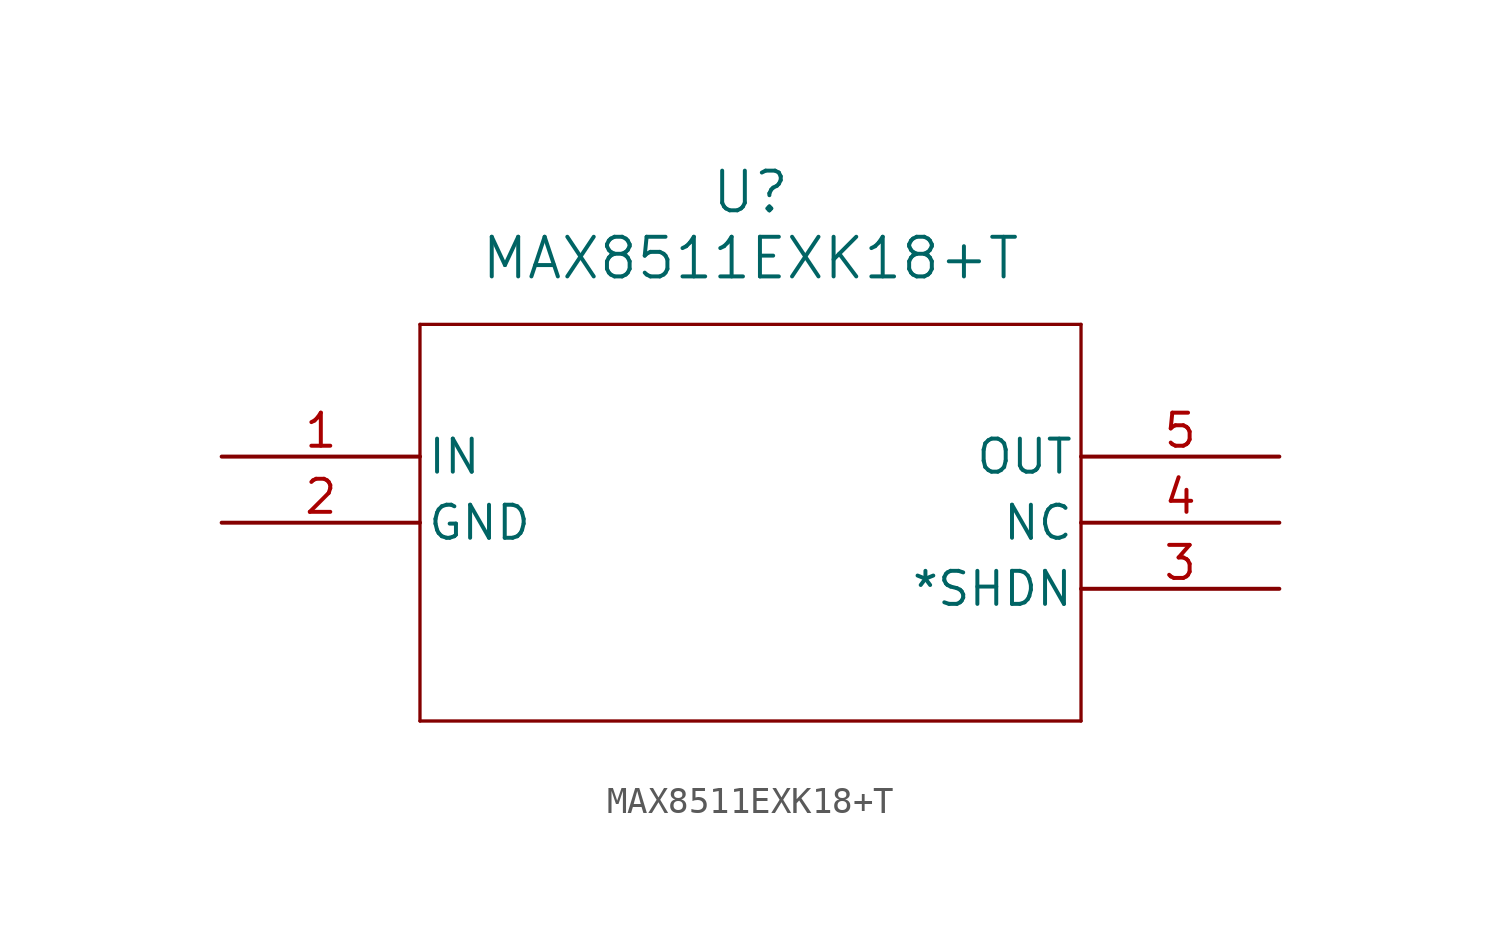
<source format=kicad_sym>
(kicad_symbol_lib
  (version 20211014)
  (generator kicad_symbol_editor)
  (symbol "MAX8511EXK18+T"
    (pin_names
      (offset 0.254))
    (property "Reference" "U"
      (at 20.32 10.16 0)
      (effects (font (size 1.524 1.524))))
    (property "Value" "MAX8511EXK18+T"
      (at 20.32 7.62 0)
      (effects (font (size 1.524 1.524))))
    (symbol "MAX8511EXK18+T_0_1"
      (polyline (pts (xy 7.62 5.08) (xy 7.62 -10.16)) (stroke (width 0.127) (type default) (color 0 0 0 0)) (fill (type none)))
      (polyline (pts (xy 7.62 -10.16) (xy 33.02 -10.16)) (stroke (width 0.127) (type default) (color 0 0 0 0)) (fill (type none)))
      (polyline (pts (xy 33.02 -10.16) (xy 33.02 5.08)) (stroke (width 0.127) (type default) (color 0 0 0 0)) (fill (type none)))
      (polyline (pts (xy 33.02 5.08) (xy 7.62 5.08)) (stroke (width 0.127) (type default) (color 0 0 0 0)) (fill (type none)))
      (pin input line (at 0 0 0) (length 7.62) (name "IN" (effects (font (size 1.27 1.27)))) (number "1" (effects (font (size 1.27 1.27)))))
      (pin power_in line (at 0 -2.54 0) (length 7.62) (name "GND" (effects (font (size 1.27 1.27)))) (number "2" (effects (font (size 1.27 1.27)))))
      (pin unspecified line (at 40.64 -5.08 180) (length 7.62) (name "*SHDN" (effects (font (size 1.27 1.27)))) (number "3" (effects (font (size 1.27 1.27)))))
      (pin unspecified line (at 40.64 -2.54 180) (length 7.62) (name "NC" (effects (font (size 1.27 1.27)))) (number "4" (effects (font (size 1.27 1.27)))))
      (pin output line (at 40.64 0 180) (length 7.62) (name "OUT" (effects (font (size 1.27 1.27)))) (number "5" (effects (font (size 1.27 1.27))))))))
</source>
